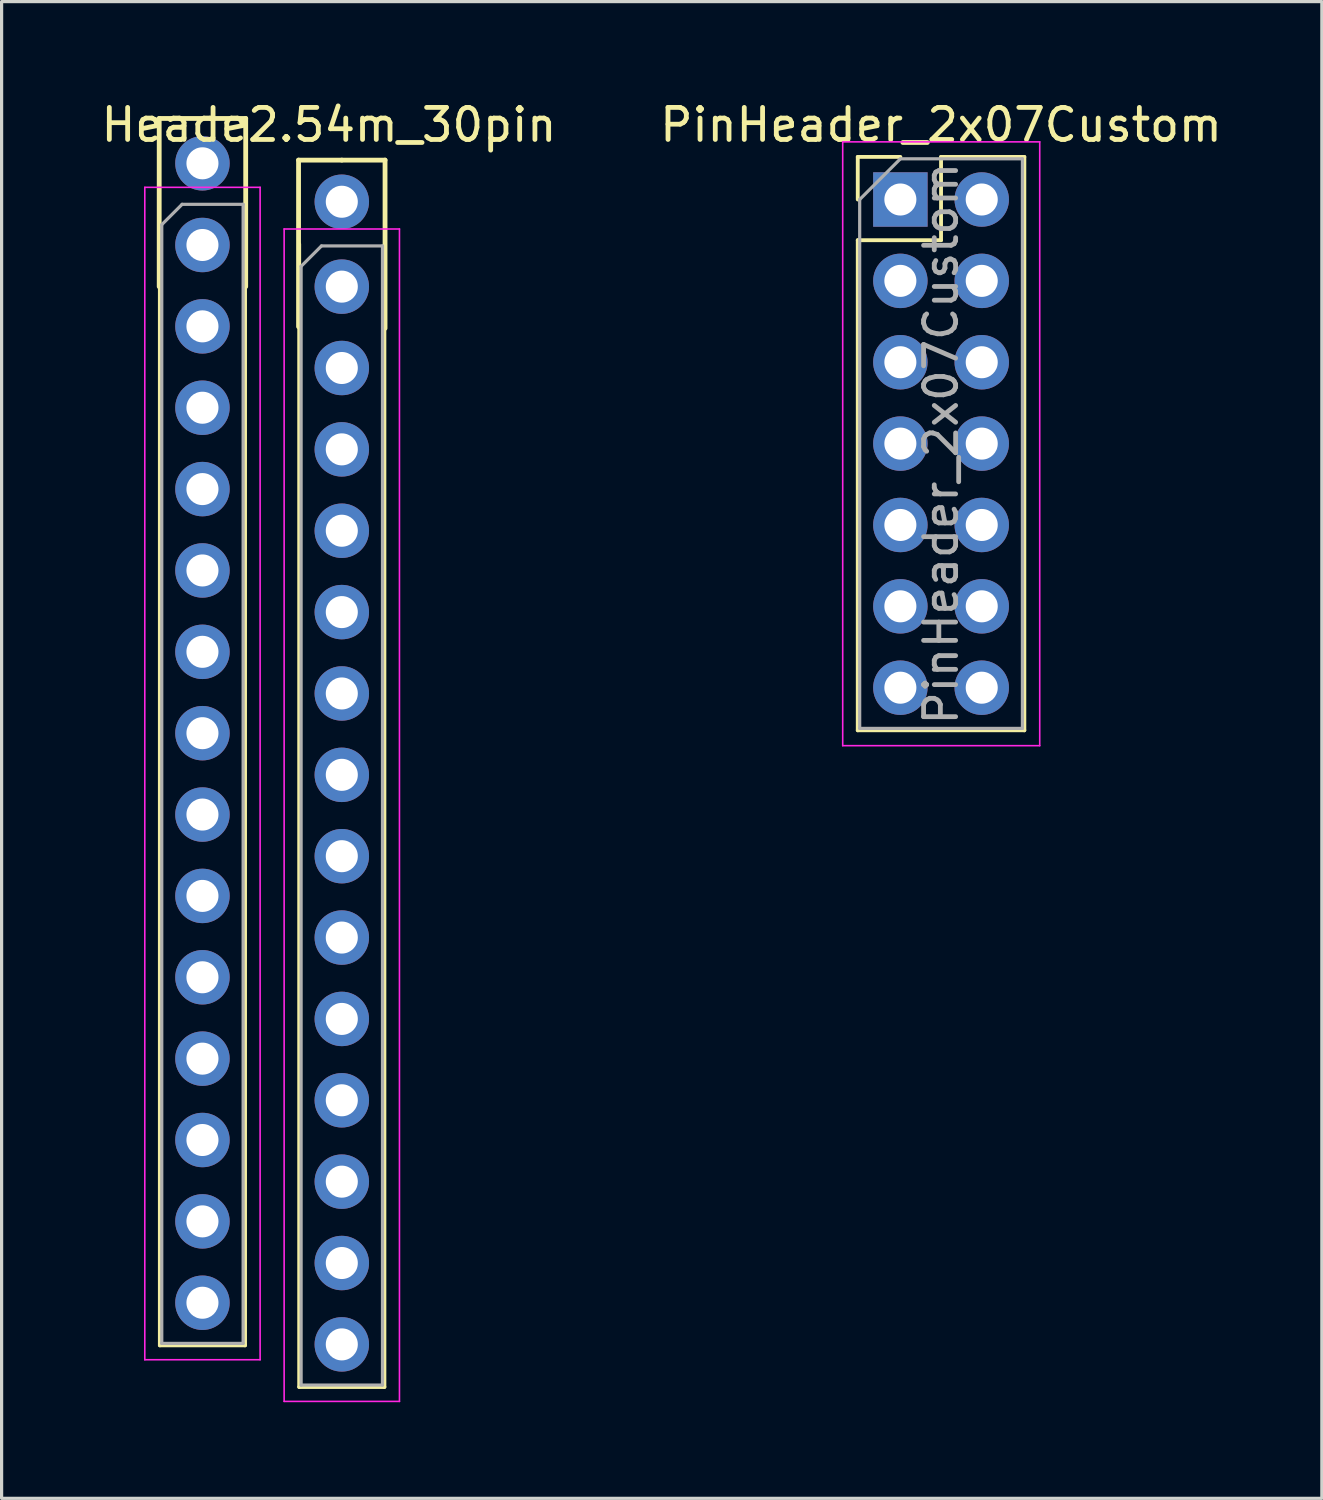
<source format=kicad_pcb>
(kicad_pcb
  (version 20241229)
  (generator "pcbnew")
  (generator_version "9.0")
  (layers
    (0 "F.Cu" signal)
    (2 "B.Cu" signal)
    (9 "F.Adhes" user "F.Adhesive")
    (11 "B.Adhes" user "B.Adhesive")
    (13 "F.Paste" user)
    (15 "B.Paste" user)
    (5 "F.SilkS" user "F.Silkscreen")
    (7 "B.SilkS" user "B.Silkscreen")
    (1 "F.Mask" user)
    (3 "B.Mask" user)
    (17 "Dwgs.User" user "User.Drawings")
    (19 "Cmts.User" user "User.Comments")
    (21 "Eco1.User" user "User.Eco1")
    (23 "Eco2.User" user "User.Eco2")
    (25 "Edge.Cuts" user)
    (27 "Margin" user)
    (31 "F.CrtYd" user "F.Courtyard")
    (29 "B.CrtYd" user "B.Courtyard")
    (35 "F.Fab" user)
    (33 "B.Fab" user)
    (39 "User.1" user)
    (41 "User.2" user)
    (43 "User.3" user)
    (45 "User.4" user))
  (footprint "Heade2.54m_30pin"
    (layer "F.Cu")
    (at 3.27 4.598)
    (property "Reference" "Heade2.54m_30pin" (at 3.95 -3.75 0) (layer "F.SilkS") (effects (font (size 1 1) (thickness 0.15))))
    (attr through_hole)
    (fp_line (start -1.35 -3.95) (end 1.35 -3.95) (stroke (width 0.15) (type solid)) (layer "F.SilkS"))
    (fp_line (start -1.35 1.3) (end -1.35 -3.95) (stroke (width 0.15) (type solid)) (layer "F.SilkS"))
    (fp_line (start -1.33 1.27) (end -1.33 34.35) (stroke (width 0.12) (type solid)) (layer "F.SilkS"))
    (fp_line (start -1.33 34.35) (end 1.33 34.35) (stroke (width 0.12) (type solid)) (layer "F.SilkS"))
    (fp_line (start 1.33 1.27) (end 1.33 34.35) (stroke (width 0.12) (type solid)) (layer "F.SilkS"))
    (fp_line (start 1.35 1.3) (end 1.35 -3.95) (stroke (width 0.15) (type solid)) (layer "F.SilkS"))
    (fp_line (start 3 -2.65) (end 3 2.55) (stroke (width 0.15) (type solid)) (layer "F.SilkS"))
    (fp_line (start 3.02 1.3) (end 3.02 -0.03) (stroke (width 0.12) (type solid)) (layer "F.SilkS"))
    (fp_line (start 3.02 2.57) (end 3.02 35.65) (stroke (width 0.12) (type solid)) (layer "F.SilkS"))
    (fp_line (start 3.02 35.65) (end 5.68 35.65) (stroke (width 0.12) (type solid)) (layer "F.SilkS"))
    (fp_line (start 4.35 -2.65) (end 3 -2.65) (stroke (width 0.15) (type solid)) (layer "F.SilkS"))
    (fp_line (start 5.68 2.57) (end 5.68 35.65) (stroke (width 0.12) (type solid)) (layer "F.SilkS"))
    (fp_line (start 5.7 -2.65) (end 4.35 -2.65) (stroke (width 0.15) (type solid)) (layer "F.SilkS"))
    (fp_line (start 5.7 2.6) (end 5.7 -2.65) (stroke (width 0.15) (type solid)) (layer "F.SilkS"))
    (fp_line (start -1.8 -1.8) (end -1.8 34.8) (stroke (width 0.05) (type solid)) (layer "F.CrtYd"))
    (fp_line (start -1.8 34.8) (end 1.8 34.8) (stroke (width 0.05) (type solid)) (layer "F.CrtYd"))
    (fp_line (start 1.8 -1.8) (end -1.8 -1.8) (stroke (width 0.05) (type solid)) (layer "F.CrtYd"))
    (fp_line (start 1.8 34.8) (end 1.8 -1.8) (stroke (width 0.05) (type solid)) (layer "F.CrtYd"))
    (fp_line (start 2.55 -0.5) (end 2.55 36.1) (stroke (width 0.05) (type solid)) (layer "F.CrtYd"))
    (fp_line (start 2.55 36.1) (end 6.15 36.1) (stroke (width 0.05) (type solid)) (layer "F.CrtYd"))
    (fp_line (start 6.15 -0.5) (end 2.55 -0.5) (stroke (width 0.05) (type solid)) (layer "F.CrtYd"))
    (fp_line (start 6.15 36.1) (end 6.15 -0.5) (stroke (width 0.05) (type solid)) (layer "F.CrtYd"))
    (fp_line (start -1.27 -0.635) (end -0.635 -1.27) (stroke (width 0.1) (type solid)) (layer "F.Fab"))
    (fp_line (start -1.27 34.29) (end -1.27 -0.635) (stroke (width 0.1) (type solid)) (layer "F.Fab"))
    (fp_line (start -0.635 -1.27) (end 1.27 -1.27) (stroke (width 0.1) (type solid)) (layer "F.Fab"))
    (fp_line (start 1.27 -1.27) (end 1.27 34.29) (stroke (width 0.1) (type solid)) (layer "F.Fab"))
    (fp_line (start 1.27 34.29) (end -1.27 34.29) (stroke (width 0.1) (type solid)) (layer "F.Fab"))
    (fp_line (start 3.08 0.665) (end 3.715 0.03) (stroke (width 0.1) (type solid)) (layer "F.Fab"))
    (fp_line (start 3.08 35.59) (end 3.08 0.665) (stroke (width 0.1) (type solid)) (layer "F.Fab"))
    (fp_line (start 3.715 0.03) (end 5.62 0.03) (stroke (width 0.1) (type solid)) (layer "F.Fab"))
    (fp_line (start 5.62 0.03) (end 5.62 35.59) (stroke (width 0.1) (type solid)) (layer "F.Fab"))
    (fp_line (start 5.62 35.59) (end 3.08 35.59) (stroke (width 0.1) (type solid)) (layer "F.Fab"))
    (pad "1" thru_hole oval (at 4.35 34.32) (size 1.7 1.7) (drill 1) (layers "*.Cu" "*.Mask"))
    (pad "2" thru_hole oval (at 0 33.02) (size 1.7 1.7) (drill 1) (layers "*.Cu" "*.Mask"))
    (pad "3" thru_hole oval (at 4.35 31.78) (size 1.7 1.7) (drill 1) (layers "*.Cu" "*.Mask"))
    (pad "4" thru_hole oval (at 0 30.48) (size 1.7 1.7) (drill 1) (layers "*.Cu" "*.Mask"))
    (pad "5" thru_hole oval (at 4.35 29.24) (size 1.7 1.7) (drill 1) (layers "*.Cu" "*.Mask"))
    (pad "6" thru_hole oval (at 0 27.94) (size 1.7 1.7) (drill 1) (layers "*.Cu" "*.Mask"))
    (pad "7" thru_hole oval (at 4.35 26.7) (size 1.7 1.7) (drill 1) (layers "*.Cu" "*.Mask"))
    (pad "8" thru_hole oval (at 0 25.4) (size 1.7 1.7) (drill 1) (layers "*.Cu" "*.Mask"))
    (pad "9" thru_hole oval (at 4.35 24.16) (size 1.7 1.7) (drill 1) (layers "*.Cu" "*.Mask"))
    (pad "10" thru_hole oval (at 0 22.86) (size 1.7 1.7) (drill 1) (layers "*.Cu" "*.Mask"))
    (pad "11" thru_hole oval (at 4.35 21.62) (size 1.7 1.7) (drill 1) (layers "*.Cu" "*.Mask"))
    (pad "12" thru_hole oval (at 0 20.32) (size 1.7 1.7) (drill 1) (layers "*.Cu" "*.Mask"))
    (pad "13" thru_hole oval (at 4.35 19.08) (size 1.7 1.7) (drill 1) (layers "*.Cu" "*.Mask"))
    (pad "14" thru_hole oval (at 0 17.78) (size 1.7 1.7) (drill 1) (layers "*.Cu" "*.Mask"))
    (pad "15" thru_hole oval (at 4.35 16.54) (size 1.7 1.7) (drill 1) (layers "*.Cu" "*.Mask"))
    (pad "16" thru_hole oval (at 0 15.24) (size 1.7 1.7) (drill 1) (layers "*.Cu" "*.Mask"))
    (pad "17" thru_hole oval (at 4.35 14) (size 1.7 1.7) (drill 1) (layers "*.Cu" "*.Mask"))
    (pad "18" thru_hole oval (at 0 12.7) (size 1.7 1.7) (drill 1) (layers "*.Cu" "*.Mask"))
    (pad "19" thru_hole oval (at 4.35 11.46) (size 1.7 1.7) (drill 1) (layers "*.Cu" "*.Mask"))
    (pad "20" thru_hole oval (at 0 10.16) (size 1.7 1.7) (drill 1) (layers "*.Cu" "*.Mask"))
    (pad "21" thru_hole oval (at 4.35 8.92) (size 1.7 1.7) (drill 1) (layers "*.Cu" "*.Mask"))
    (pad "22" thru_hole oval (at 0 7.62) (size 1.7 1.7) (drill 1) (layers "*.Cu" "*.Mask"))
    (pad "23" thru_hole oval (at 4.35 6.38) (size 1.7 1.7) (drill 1) (layers "*.Cu" "*.Mask"))
    (pad "24" thru_hole oval (at 0 5.08) (size 1.7 1.7) (drill 1) (layers "*.Cu" "*.Mask"))
    (pad "25" thru_hole oval (at 4.35 3.84) (size 1.7 1.7) (drill 1) (layers "*.Cu" "*.Mask"))
    (pad "26" thru_hole oval (at 0 2.54) (size 1.7 1.7) (drill 1) (layers "*.Cu" "*.Mask"))
    (pad "27" thru_hole circle (at 4.35 -1.35) (size 1.7 1.7) (drill 1) (layers "*.Cu" "*.Mask"))
    (pad "27" thru_hole circle (at 4.35 1.3) (size 1.7 1.7) (drill 1) (layers "*.Cu" "*.Mask"))
    (pad "28" thru_hole circle (at 0 -2.55) (size 1.7 1.7) (drill 1) (layers "*.Cu" "*.Mask"))
    (pad "28" thru_hole circle (at 0 0) (size 1.7 1.7) (drill 1) (layers "*.Cu" "*.Mask")))
  (footprint "PinHeader_2x07Custom"
    (layer "F.Cu")
    (at 25.057 3.178)
    (property "Reference" "PinHeader_2x07Custom" (at 1.27 -2.33 0) (layer "F.SilkS") (effects (font (size 1 1) (thickness 0.15))))
    (attr through_hole)
    (fp_line (start -1.33 -1.33) (end 0 -1.33) (stroke (width 0.12) (type solid)) (layer "F.SilkS"))
    (fp_line (start -1.33 0) (end -1.33 -1.33) (stroke (width 0.12) (type solid)) (layer "F.SilkS"))
    (fp_line (start -1.33 1.27) (end -1.33 16.57) (stroke (width 0.12) (type solid)) (layer "F.SilkS"))
    (fp_line (start -1.33 1.27) (end 1.27 1.27) (stroke (width 0.12) (type solid)) (layer "F.SilkS"))
    (fp_line (start -1.33 16.57) (end 3.87 16.57) (stroke (width 0.12) (type solid)) (layer "F.SilkS"))
    (fp_line (start 1.27 -1.33) (end 3.87 -1.33) (stroke (width 0.12) (type solid)) (layer "F.SilkS"))
    (fp_line (start 1.27 1.27) (end 1.27 -1.33) (stroke (width 0.12) (type solid)) (layer "F.SilkS"))
    (fp_line (start 3.87 -1.33) (end 3.87 16.57) (stroke (width 0.12) (type solid)) (layer "F.SilkS"))
    (fp_line (start -1.8 -1.8) (end -1.8 17.05) (stroke (width 0.05) (type solid)) (layer "F.CrtYd"))
    (fp_line (start -1.8 17.05) (end 4.35 17.05) (stroke (width 0.05) (type solid)) (layer "F.CrtYd"))
    (fp_line (start 4.35 -1.8) (end -1.8 -1.8) (stroke (width 0.05) (type solid)) (layer "F.CrtYd"))
    (fp_line (start 4.35 17.05) (end 4.35 -1.8) (stroke (width 0.05) (type solid)) (layer "F.CrtYd"))
    (fp_line (start -1.27 0) (end 0 -1.27) (stroke (width 0.1) (type solid)) (layer "F.Fab"))
    (fp_line (start -1.27 16.51) (end -1.27 0) (stroke (width 0.1) (type solid)) (layer "F.Fab"))
    (fp_line (start 0 -1.27) (end 3.81 -1.27) (stroke (width 0.1) (type solid)) (layer "F.Fab"))
    (fp_line (start 3.81 -1.27) (end 3.81 16.51) (stroke (width 0.1) (type solid)) (layer "F.Fab"))
    (fp_line (start 3.81 16.51) (end -1.27 16.51) (stroke (width 0.1) (type solid)) (layer "F.Fab"))
    (fp_text user "${REFERENCE}" (at 1.27 7.62 90) (layer "F.Fab") (effects (font (size 1 1) (thickness 0.15))))
    (pad "1" thru_hole rect (at 0 0) (size 1.7 1.7) (drill 1) (layers "*.Cu" "*.Mask"))
    (pad "2" thru_hole oval (at 0 2.54) (size 1.7 1.7) (drill 1) (layers "*.Cu" "*.Mask"))
    (pad "3" thru_hole oval (at 2.54 0) (size 1.7 1.7) (drill 1) (layers "*.Cu" "*.Mask"))
    (pad "4" thru_hole oval (at 2.54 2.54) (size 1.7 1.7) (drill 1) (layers "*.Cu" "*.Mask"))
    (pad "5" thru_hole oval (at 2.54 5.08) (size 1.7 1.7) (drill 1) (layers "*.Cu" "*.Mask"))
    (pad "6" thru_hole oval (at 2.54 7.62) (size 1.7 1.7) (drill 1) (layers "*.Cu" "*.Mask"))
    (pad "7" thru_hole oval (at 2.54 10.16) (size 1.7 1.7) (drill 1) (layers "*.Cu" "*.Mask"))
    (pad "8" thru_hole oval (at 0 5.08) (size 1.7 1.7) (drill 1) (layers "*.Cu" "*.Mask"))
    (pad "9" thru_hole oval (at 0 7.62) (size 1.7 1.7) (drill 1) (layers "*.Cu" "*.Mask"))
    (pad "10" thru_hole oval (at 0 10.16) (size 1.7 1.7) (drill 1) (layers "*.Cu" "*.Mask"))
    (pad "11" thru_hole oval (at 0 12.7) (size 1.7 1.7) (drill 1) (layers "*.Cu" "*.Mask"))
    (pad "12" thru_hole oval (at 0 15.24) (size 1.7 1.7) (drill 1) (layers "*.Cu" "*.Mask"))
    (pad "13" thru_hole oval (at 2.54 15.24) (size 1.7 1.7) (drill 1) (layers "*.Cu" "*.Mask"))
    (pad "14" thru_hole oval (at 2.54 12.7) (size 1.7 1.7) (drill 1) (layers "*.Cu" "*.Mask")))
  (gr_rect
    (start -3 -3)
    (end 38.214 43.723)
    (stroke (width 0.1) (type default))
    (fill no)
    (layer "Edge.Cuts")))
</source>
